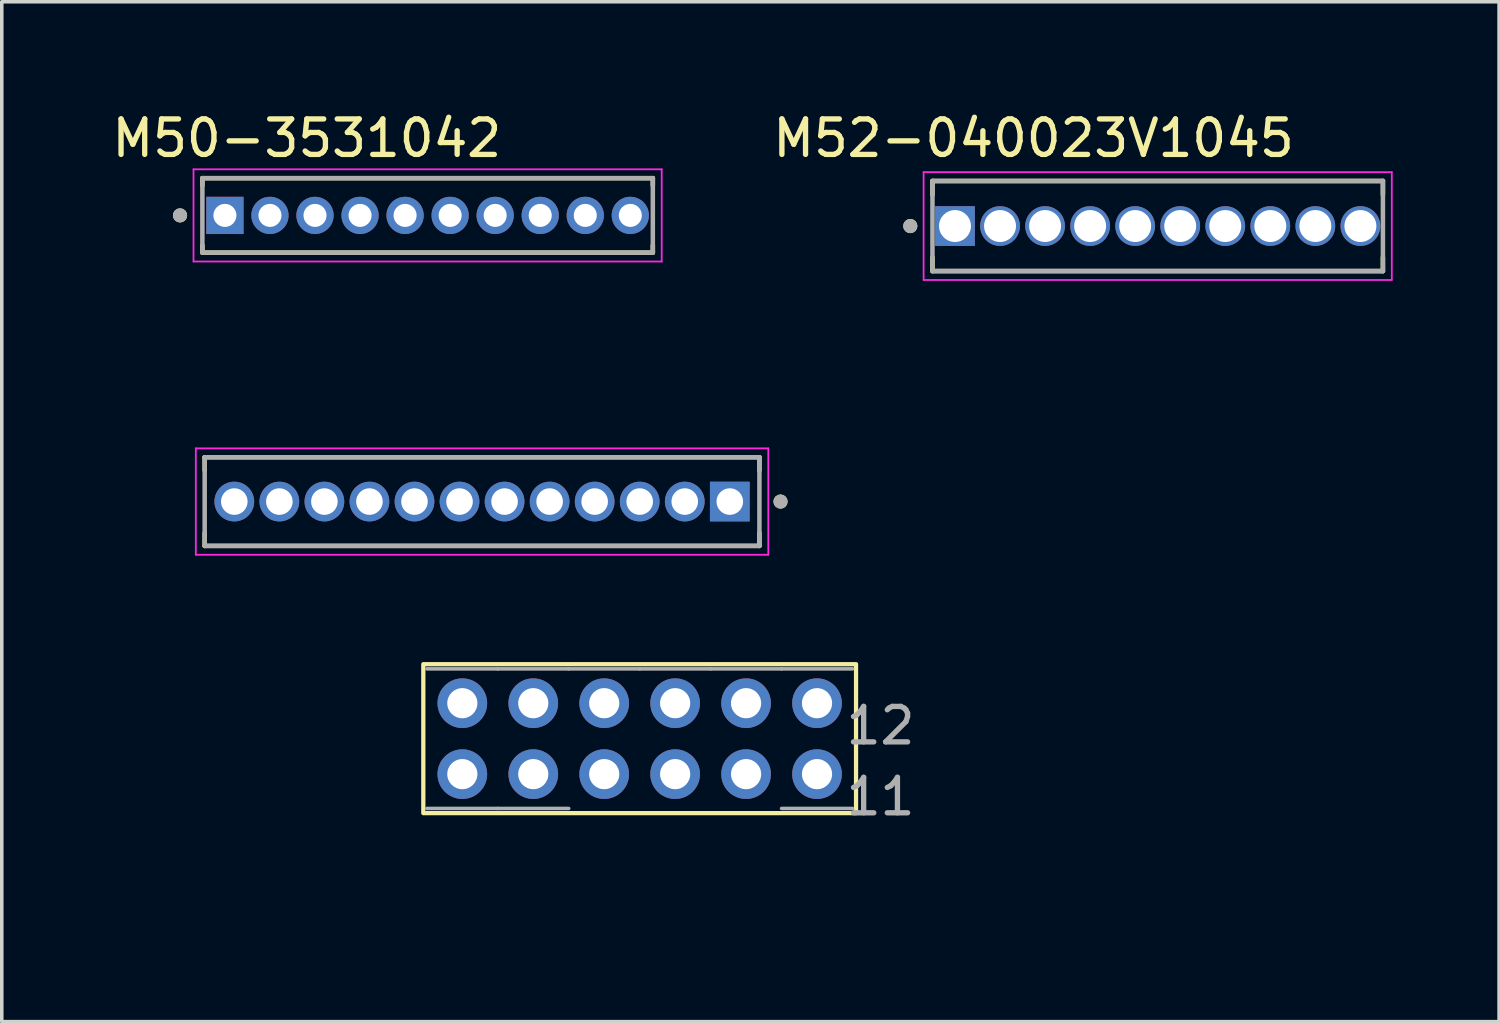
<source format=kicad_pcb>
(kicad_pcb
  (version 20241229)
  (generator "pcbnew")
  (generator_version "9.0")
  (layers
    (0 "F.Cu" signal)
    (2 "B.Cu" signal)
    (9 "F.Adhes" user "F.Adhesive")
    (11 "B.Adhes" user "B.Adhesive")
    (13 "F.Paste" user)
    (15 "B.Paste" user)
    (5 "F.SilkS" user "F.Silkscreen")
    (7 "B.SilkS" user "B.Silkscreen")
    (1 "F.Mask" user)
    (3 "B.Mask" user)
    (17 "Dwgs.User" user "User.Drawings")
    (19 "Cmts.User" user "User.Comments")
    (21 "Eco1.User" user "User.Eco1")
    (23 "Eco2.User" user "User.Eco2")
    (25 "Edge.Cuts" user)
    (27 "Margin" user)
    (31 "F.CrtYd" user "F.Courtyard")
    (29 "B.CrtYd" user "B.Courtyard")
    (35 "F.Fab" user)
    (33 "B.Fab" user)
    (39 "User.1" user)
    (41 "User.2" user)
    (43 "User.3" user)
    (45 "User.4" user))
  (footprint "M52-5001245"
    (layer "F.Cu")
    (at 10.541 11.091)
    (property "Reference" "M52-5001245" (at -4.94 -2.375 0) (layer "User.2") (effects (font (size 1 1) (thickness 0.15))))
    (attr through_hole)
    (fp_line (start -7.82 -1.25) (end -7.82 -0.88) (stroke (width 0.127) (type solid)) (layer "F.SilkS"))
    (fp_line (start -7.82 1.25) (end -7.82 0.88) (stroke (width 0.127) (type solid)) (layer "F.SilkS"))
    (fp_line (start -7.82 1.25) (end 7.82 1.25) (stroke (width 0.127) (type solid)) (layer "F.SilkS"))
    (fp_line (start 7.82 -1.25) (end -7.82 -1.25) (stroke (width 0.127) (type solid)) (layer "F.SilkS"))
    (fp_line (start 7.82 -0.88) (end 7.82 -1.25) (stroke (width 0.127) (type solid)) (layer "F.SilkS"))
    (fp_line (start 7.82 1.25) (end 7.82 0.88) (stroke (width 0.127) (type solid)) (layer "F.SilkS"))
    (fp_circle (center 8.415 0) (end 8.515 0) (stroke (width 0.2) (type solid)) (fill no) (layer "F.SilkS"))
    (fp_line (start -8.07 -1.5) (end -8.07 1.5) (stroke (width 0.05) (type solid)) (layer "F.CrtYd"))
    (fp_line (start -8.07 1.5) (end 8.07 1.5) (stroke (width 0.05) (type solid)) (layer "F.CrtYd"))
    (fp_line (start 8.07 -1.5) (end -8.07 -1.5) (stroke (width 0.05) (type solid)) (layer "F.CrtYd"))
    (fp_line (start 8.07 1.5) (end 8.07 -1.5) (stroke (width 0.05) (type solid)) (layer "F.CrtYd"))
    (fp_line (start -7.82 -1.25) (end -7.82 1.25) (stroke (width 0.127) (type solid)) (layer "F.Fab"))
    (fp_line (start -7.82 1.25) (end 7.82 1.25) (stroke (width 0.127) (type solid)) (layer "F.Fab"))
    (fp_line (start 7.82 -1.25) (end -7.82 -1.25) (stroke (width 0.127) (type solid)) (layer "F.Fab"))
    (fp_line (start 7.82 1.25) (end 7.82 -1.25) (stroke (width 0.127) (type solid)) (layer "F.Fab"))
    (fp_circle (center 8.415 0) (end 8.515 0) (stroke (width 0.2) (type solid)) (fill no) (layer "F.Fab"))
    (pad "1" thru_hole rect (at 6.985 0) (size 1.12 1.12) (drill 0.75) (layers "*.Cu" "*.Mask"))
    (pad "2" thru_hole circle (at 5.715 0) (size 1.12 1.12) (drill 0.75) (layers "*.Cu" "*.Mask"))
    (pad "3" thru_hole circle (at 4.445 0) (size 1.12 1.12) (drill 0.75) (layers "*.Cu" "*.Mask"))
    (pad "4" thru_hole circle (at 3.175 0) (size 1.12 1.12) (drill 0.75) (layers "*.Cu" "*.Mask"))
    (pad "5" thru_hole circle (at 1.905 0) (size 1.12 1.12) (drill 0.75) (layers "*.Cu" "*.Mask"))
    (pad "6" thru_hole circle (at 0.635 0) (size 1.12 1.12) (drill 0.75) (layers "*.Cu" "*.Mask"))
    (pad "7" thru_hole circle (at -0.635 0) (size 1.12 1.12) (drill 0.75) (layers "*.Cu" "*.Mask"))
    (pad "8" thru_hole circle (at -1.905 0) (size 1.12 1.12) (drill 0.75) (layers "*.Cu" "*.Mask"))
    (pad "9" thru_hole circle (at -3.175 0) (size 1.12 1.12) (drill 0.75) (layers "*.Cu" "*.Mask"))
    (pad "10" thru_hole circle (at -4.445 0) (size 1.12 1.12) (drill 0.75) (layers "*.Cu" "*.Mask"))
    (pad "11" thru_hole circle (at -5.715 0) (size 1.12 1.12) (drill 0.75) (layers "*.Cu" "*.Mask"))
    (pad "12" thru_hole circle (at -6.985 0) (size 1.12 1.12) (drill 0.75) (layers "*.Cu" "*.Mask")))
  (footprint "M52-040023V1045"
    (layer "F.Cu")
    (at 29.59 3.323)
    (property "Reference" "M52-040023V1045" (at -3.5 -2.475 0) (layer "F.SilkS") (effects (font (size 1 1) (thickness 0.15))))
    (attr through_hole)
    (fp_line (start -6.35 -1.27) (end -6.35 -0.88) (stroke (width 0.127) (type solid)) (layer "F.SilkS"))
    (fp_line (start -6.35 1.27) (end -6.35 0.88) (stroke (width 0.127) (type solid)) (layer "F.SilkS"))
    (fp_line (start -6.35 1.27) (end 6.35 1.27) (stroke (width 0.127) (type solid)) (layer "F.SilkS"))
    (fp_line (start 6.35 -1.27) (end -6.35 -1.27) (stroke (width 0.127) (type solid)) (layer "F.SilkS"))
    (fp_line (start 6.35 -0.88) (end 6.35 -1.27) (stroke (width 0.127) (type solid)) (layer "F.SilkS"))
    (fp_line (start 6.35 1.27) (end 6.35 0.88) (stroke (width 0.127) (type solid)) (layer "F.SilkS"))
    (fp_circle (center -6.975 0) (end -6.875 0) (stroke (width 0.2) (type solid)) (fill no) (layer "F.SilkS"))
    (fp_line (start -6.6 -1.52) (end -6.6 1.52) (stroke (width 0.05) (type solid)) (layer "F.CrtYd"))
    (fp_line (start -6.6 1.52) (end 6.6 1.52) (stroke (width 0.05) (type solid)) (layer "F.CrtYd"))
    (fp_line (start 6.6 -1.52) (end -6.6 -1.52) (stroke (width 0.05) (type solid)) (layer "F.CrtYd"))
    (fp_line (start 6.6 1.52) (end 6.6 -1.52) (stroke (width 0.05) (type solid)) (layer "F.CrtYd"))
    (fp_line (start -6.35 -1.27) (end -6.35 1.27) (stroke (width 0.127) (type solid)) (layer "F.Fab"))
    (fp_line (start -6.35 1.27) (end 6.35 1.27) (stroke (width 0.127) (type solid)) (layer "F.Fab"))
    (fp_line (start 6.35 -1.27) (end -6.35 -1.27) (stroke (width 0.127) (type solid)) (layer "F.Fab"))
    (fp_line (start 6.35 1.27) (end 6.35 -1.27) (stroke (width 0.127) (type solid)) (layer "F.Fab"))
    (fp_circle (center -6.975 0) (end -6.875 0) (stroke (width 0.2) (type solid)) (fill no) (layer "F.Fab"))
    (pad "1" thru_hole rect (at -5.715 0) (size 1.12 1.12) (drill 0.9) (layers "*.Cu" "*.Mask"))
    (pad "2" thru_hole circle (at -4.445 0) (size 1.12 1.12) (drill 0.9) (layers "*.Cu" "*.Mask"))
    (pad "3" thru_hole circle (at -3.175 0) (size 1.12 1.12) (drill 0.9) (layers "*.Cu" "*.Mask"))
    (pad "4" thru_hole circle (at -1.905 0) (size 1.12 1.12) (drill 0.9) (layers "*.Cu" "*.Mask"))
    (pad "5" thru_hole circle (at -0.635 0) (size 1.12 1.12) (drill 0.9) (layers "*.Cu" "*.Mask"))
    (pad "6" thru_hole circle (at 0.635 0) (size 1.12 1.12) (drill 0.9) (layers "*.Cu" "*.Mask"))
    (pad "7" thru_hole circle (at 1.905 0) (size 1.12 1.12) (drill 0.9) (layers "*.Cu" "*.Mask"))
    (pad "8" thru_hole circle (at 3.175 0) (size 1.12 1.12) (drill 0.9) (layers "*.Cu" "*.Mask"))
    (pad "9" thru_hole circle (at 4.445 0) (size 1.12 1.12) (drill 0.9) (layers "*.Cu" "*.Mask"))
    (pad "10" thru_hole circle (at 5.715 0) (size 1.12 1.12) (drill 0.9) (layers "*.Cu" "*.Mask")))
  (footprint "TMM-106-04-X-D"
    (layer "F.Cu")
    (at 14.985 17.776)
    (property "Reference" "TMM-106-04-X-D" (at -7.503 4.13 0) (layer "User.2") (effects (font (size 1 1) (thickness 0.15))))
    (attr through_hole)
    (fp_rect (start -6.1 -2.1) (end 6.1 2.1) (stroke (width 0.12) (type solid)) (fill no) (layer "F.SilkS"))
    (fp_line (start -6 -1.968) (end -4 -1.968) (stroke (width 0.1) (type solid)) (layer "F.Fab"))
    (fp_line (start -5.254 -1.254) (end -5.254 -0.746) (stroke (width 0.1) (type solid)) (layer "F.Fab"))
    (fp_line (start -5.254 -0.746) (end -4.746 -0.746) (stroke (width 0.1) (type solid)) (layer "F.Fab"))
    (fp_line (start -5.254 0.746) (end -5.254 1.254) (stroke (width 0.1) (type solid)) (layer "F.Fab"))
    (fp_line (start -5.254 1.254) (end -4.746 1.254) (stroke (width 0.1) (type solid)) (layer "F.Fab"))
    (fp_line (start -4.746 -1.254) (end -5.254 -1.254) (stroke (width 0.1) (type solid)) (layer "F.Fab"))
    (fp_line (start -4.746 -0.746) (end -4.746 -1.254) (stroke (width 0.1) (type solid)) (layer "F.Fab"))
    (fp_line (start -4.746 0.746) (end -5.254 0.746) (stroke (width 0.1) (type solid)) (layer "F.Fab"))
    (fp_line (start -4.746 1.254) (end -4.746 0.746) (stroke (width 0.1) (type solid)) (layer "F.Fab"))
    (fp_line (start -4 -1.968) (end -2 -1.968) (stroke (width 0.1) (type solid)) (layer "F.Fab"))
    (fp_line (start -4 1.968) (end -6 1.968) (stroke (width 0.1) (type solid)) (layer "F.Fab"))
    (fp_line (start -3.254 -1.254) (end -3.254 -0.746) (stroke (width 0.1) (type solid)) (layer "F.Fab"))
    (fp_line (start -3.254 -0.746) (end -2.746 -0.746) (stroke (width 0.1) (type solid)) (layer "F.Fab"))
    (fp_line (start -3.254 0.746) (end -3.254 1.254) (stroke (width 0.1) (type solid)) (layer "F.Fab"))
    (fp_line (start -3.254 1.254) (end -2.746 1.254) (stroke (width 0.1) (type solid)) (layer "F.Fab"))
    (fp_line (start -2.746 -1.254) (end -3.254 -1.254) (stroke (width 0.1) (type solid)) (layer "F.Fab"))
    (fp_line (start -2.746 -0.746) (end -2.746 -1.254) (stroke (width 0.1) (type solid)) (layer "F.Fab"))
    (fp_line (start -2.746 0.746) (end -3.254 0.746) (stroke (width 0.1) (type solid)) (layer "F.Fab"))
    (fp_line (start -2.746 1.254) (end -2.746 0.746) (stroke (width 0.1) (type solid)) (layer "F.Fab"))
    (fp_line (start -2 -1.968) (end 0 -1.968) (stroke (width 0.1) (type solid)) (layer "F.Fab"))
    (fp_line (start -2 1.968) (end -4 1.968) (stroke (width 0.1) (type solid)) (layer "F.Fab"))
    (fp_line (start 0 -1.968) (end 2 -1.968) (stroke (width 0.1) (type solid)) (layer "F.Fab"))
    (fp_line (start 2 -1.968) (end 4 -1.968) (stroke (width 0.1) (type solid)) (layer "F.Fab"))
    (fp_line (start 4 -1.968) (end 6 -1.968) (stroke (width 0.1) (type solid)) (layer "F.Fab"))
    (fp_line (start 6 1.968) (end 4 1.968) (stroke (width 0.1) (type solid)) (layer "F.Fab"))
    (fp_text user "12" (at 6.791 -0.365 0) (layer "F.Fab") (effects (font (size 1 1) (thickness 0.15))))
    (fp_text user "11" (at 6.791 1.635 0) (layer "F.Fab") (effects (font (size 1 1) (thickness 0.15))))
    (pad "1" thru_hole circle (at -5 1) (size 1.4 1.4) (drill 0.85) (layers "*.Cu"))
    (pad "2" thru_hole circle (at -5 -1) (size 1.4 1.4) (drill 0.85) (layers "*.Cu"))
    (pad "3" thru_hole circle (at -3 1) (size 1.4 1.4) (drill 0.85) (layers "*.Cu"))
    (pad "4" thru_hole circle (at -3 -1) (size 1.4 1.4) (drill 0.85) (layers "*.Cu"))
    (pad "5" thru_hole circle (at -1 1) (size 1.4 1.4) (drill 0.85) (layers "*.Cu"))
    (pad "6" thru_hole circle (at -1 -1) (size 1.4 1.4) (drill 0.85) (layers "*.Cu"))
    (pad "7" thru_hole circle (at 1 1) (size 1.4 1.4) (drill 0.85) (layers "*.Cu"))
    (pad "8" thru_hole circle (at 1 -1) (size 1.4 1.4) (drill 0.85) (layers "*.Cu"))
    (pad "9" thru_hole circle (at 3 1) (size 1.4 1.4) (drill 0.85) (layers "*.Cu"))
    (pad "10" thru_hole circle (at 3 -1) (size 1.4 1.4) (drill 0.85) (layers "*.Cu"))
    (pad "11" thru_hole circle (at 5 1) (size 1.4 1.4) (drill 0.85) (layers "*.Cu"))
    (pad "12" thru_hole circle (at 5 -1) (size 1.4 1.4) (drill 0.85) (layers "*.Cu")))
  (footprint "M50-3531042"
    (layer "F.Cu")
    (at 9.006 3.023)
    (property "Reference" "M50-3531042" (at -3.405 -2.175 0) (layer "F.SilkS") (effects (font (size 1 1) (thickness 0.15))))
    (attr through_hole)
    (fp_line (start -6.35 -1.05) (end -6.35 -0.845) (stroke (width 0.127) (type solid)) (layer "F.SilkS"))
    (fp_line (start -6.35 1.05) (end -6.35 0.845) (stroke (width 0.127) (type solid)) (layer "F.SilkS"))
    (fp_line (start -6.35 1.05) (end 6.35 1.05) (stroke (width 0.127) (type solid)) (layer "F.SilkS"))
    (fp_line (start 6.35 -1.05) (end -6.35 -1.05) (stroke (width 0.127) (type solid)) (layer "F.SilkS"))
    (fp_line (start 6.35 -0.845) (end 6.35 -1.05) (stroke (width 0.127) (type solid)) (layer "F.SilkS"))
    (fp_line (start 6.35 1.05) (end 6.35 0.845) (stroke (width 0.127) (type solid)) (layer "F.SilkS"))
    (fp_circle (center -6.98 0) (end -6.88 0) (stroke (width 0.2) (type solid)) (fill no) (layer "F.SilkS"))
    (fp_line (start -6.6 -1.3) (end -6.6 1.3) (stroke (width 0.05) (type solid)) (layer "F.CrtYd"))
    (fp_line (start -6.6 1.3) (end 6.6 1.3) (stroke (width 0.05) (type solid)) (layer "F.CrtYd"))
    (fp_line (start 6.6 -1.3) (end -6.6 -1.3) (stroke (width 0.05) (type solid)) (layer "F.CrtYd"))
    (fp_line (start 6.6 1.3) (end 6.6 -1.3) (stroke (width 0.05) (type solid)) (layer "F.CrtYd"))
    (fp_line (start -6.35 -1.05) (end -6.35 1.05) (stroke (width 0.127) (type solid)) (layer "F.Fab"))
    (fp_line (start -6.35 1.05) (end 6.35 1.05) (stroke (width 0.127) (type solid)) (layer "F.Fab"))
    (fp_line (start 6.35 -1.05) (end -6.35 -1.05) (stroke (width 0.127) (type solid)) (layer "F.Fab"))
    (fp_line (start 6.35 1.05) (end 6.35 -1.05) (stroke (width 0.127) (type solid)) (layer "F.Fab"))
    (fp_circle (center -6.98 0) (end -6.88 0) (stroke (width 0.2) (type solid)) (fill no) (layer "F.Fab"))
    (pad "1" thru_hole rect (at -5.715 0) (size 1.05 1.05) (drill 0.65) (layers "*.Cu" "*.Mask"))
    (pad "2" thru_hole circle (at -4.445 0) (size 1.05 1.05) (drill 0.65) (layers "*.Cu" "*.Mask"))
    (pad "3" thru_hole circle (at -3.175 0) (size 1.05 1.05) (drill 0.65) (layers "*.Cu" "*.Mask"))
    (pad "4" thru_hole circle (at -1.905 0) (size 1.05 1.05) (drill 0.65) (layers "*.Cu" "*.Mask"))
    (pad "5" thru_hole circle (at -0.635 0) (size 1.05 1.05) (drill 0.65) (layers "*.Cu" "*.Mask"))
    (pad "6" thru_hole circle (at 0.635 0) (size 1.05 1.05) (drill 0.65) (layers "*.Cu" "*.Mask"))
    (pad "7" thru_hole circle (at 1.905 0) (size 1.05 1.05) (drill 0.65) (layers "*.Cu" "*.Mask"))
    (pad "8" thru_hole circle (at 3.175 0) (size 1.05 1.05) (drill 0.65) (layers "*.Cu" "*.Mask"))
    (pad "9" thru_hole circle (at 4.445 0) (size 1.05 1.05) (drill 0.65) (layers "*.Cu" "*.Mask"))
    (pad "10" thru_hole circle (at 5.715 0) (size 1.05 1.05) (drill 0.65) (layers "*.Cu" "*.Mask")))
  (gr_rect
    (start -3 -3)
    (end 39.215 25.754)
    (stroke (width 0.1) (type default))
    (fill no)
    (layer "Edge.Cuts")))
</source>
